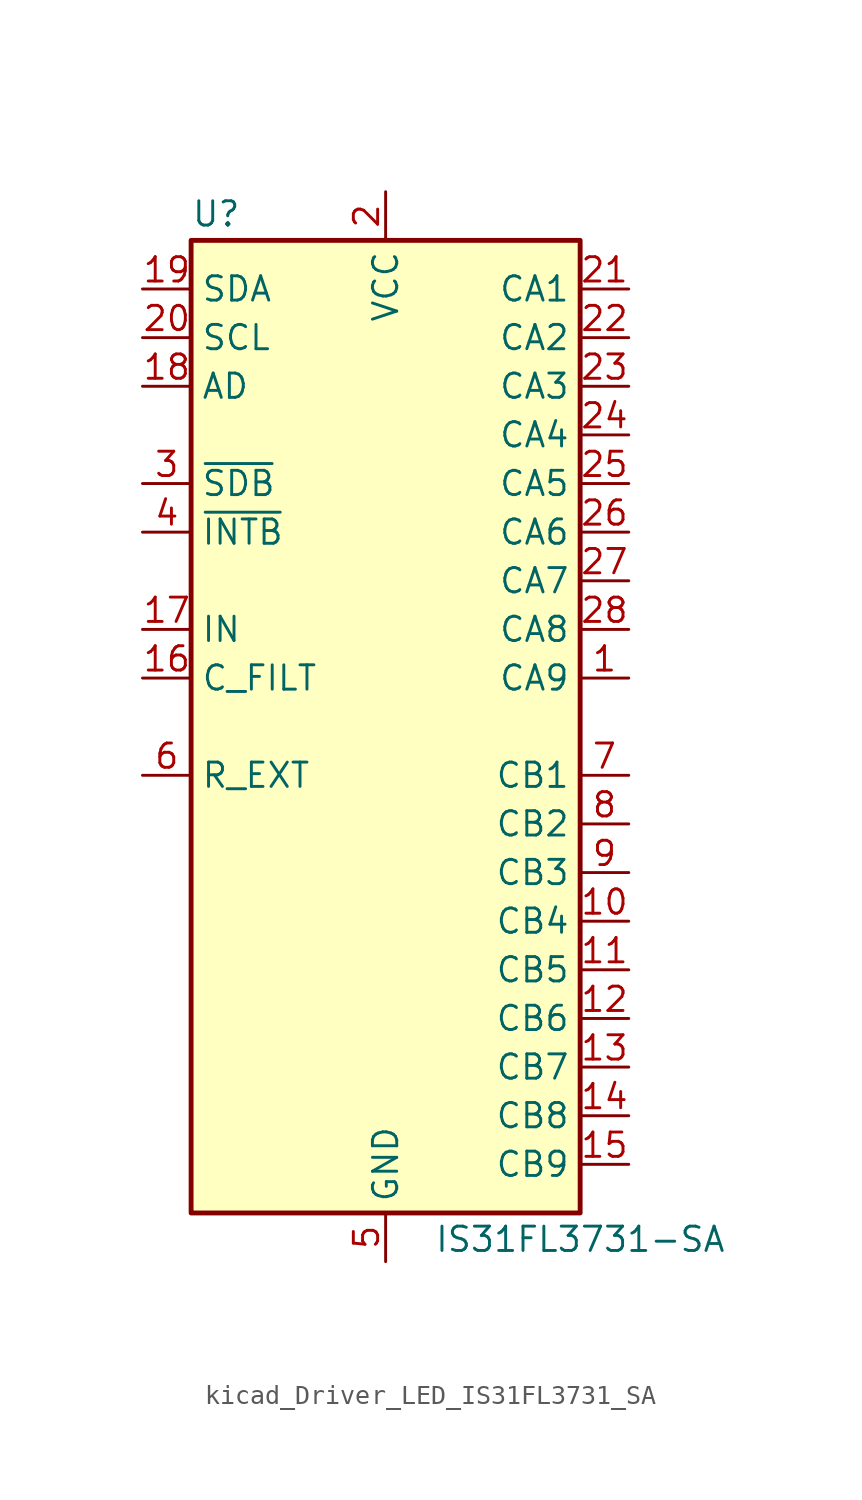
<source format=kicad_sym>
(kicad_symbol_lib
  (version 20220914)
  (generator kicad_symbol_editor)
  (symbol "kicad_Driver_LED_IS31FL3731_SA"
    (property "Reference" "U"
      (at -10.16 26.035 0)
      (effects (font (size 1.27 1.27)) (justify left bottom)))
    (property "Value" "IS31FL3731-SA"
      (at 2.54 -26.035 0)
      (effects (font (size 1.27 1.27)) (justify left top)))
    (symbol "kicad_Driver_LED_IS31FL3731_SA_0_1"
      (rectangle (start -10.16 25.4) (end 10.16 -25.4) (stroke (width 0.254) (type default)) (fill (type background))))
    (symbol "kicad_Driver_LED_IS31FL3731_SA_1_1"
      (pin bidirectional line (at 12.7 2.54 180) (length 2.54) (name "CA9" (effects (font (size 1.27 1.27)))) (number "1" (effects (font (size 1.27 1.27)))))
      (pin bidirectional line (at 12.7 -10.16 180) (length 2.54) (name "CB4" (effects (font (size 1.27 1.27)))) (number "10" (effects (font (size 1.27 1.27)))))
      (pin bidirectional line (at 12.7 -12.7 180) (length 2.54) (name "CB5" (effects (font (size 1.27 1.27)))) (number "11" (effects (font (size 1.27 1.27)))))
      (pin bidirectional line (at 12.7 -15.24 180) (length 2.54) (name "CB6" (effects (font (size 1.27 1.27)))) (number "12" (effects (font (size 1.27 1.27)))))
      (pin bidirectional line (at 12.7 -17.78 180) (length 2.54) (name "CB7" (effects (font (size 1.27 1.27)))) (number "13" (effects (font (size 1.27 1.27)))))
      (pin bidirectional line (at 12.7 -20.32 180) (length 2.54) (name "CB8" (effects (font (size 1.27 1.27)))) (number "14" (effects (font (size 1.27 1.27)))))
      (pin bidirectional line (at 12.7 -22.86 180) (length 2.54) (name "CB9" (effects (font (size 1.27 1.27)))) (number "15" (effects (font (size 1.27 1.27)))))
      (pin passive line (at -12.7 2.54 0) (length 2.54) (name "C_FILT" (effects (font (size 1.27 1.27)))) (number "16" (effects (font (size 1.27 1.27)))))
      (pin input line (at -12.7 5.08 0) (length 2.54) (name "IN" (effects (font (size 1.27 1.27)))) (number "17" (effects (font (size 1.27 1.27)))))
      (pin input line (at -12.7 17.78 0) (length 2.54) (name "AD" (effects (font (size 1.27 1.27)))) (number "18" (effects (font (size 1.27 1.27)))))
      (pin bidirectional line (at -12.7 22.86 0) (length 2.54) (name "SDA" (effects (font (size 1.27 1.27)))) (number "19" (effects (font (size 1.27 1.27)))))
      (pin power_in line (at 0 27.94 270) (length 2.54) (name "VCC" (effects (font (size 1.27 1.27)))) (number "2" (effects (font (size 1.27 1.27)))))
      (pin input line (at -12.7 20.32 0) (length 2.54) (name "SCL" (effects (font (size 1.27 1.27)))) (number "20" (effects (font (size 1.27 1.27)))))
      (pin bidirectional line (at 12.7 22.86 180) (length 2.54) (name "CA1" (effects (font (size 1.27 1.27)))) (number "21" (effects (font (size 1.27 1.27)))))
      (pin bidirectional line (at 12.7 20.32 180) (length 2.54) (name "CA2" (effects (font (size 1.27 1.27)))) (number "22" (effects (font (size 1.27 1.27)))))
      (pin bidirectional line (at 12.7 17.78 180) (length 2.54) (name "CA3" (effects (font (size 1.27 1.27)))) (number "23" (effects (font (size 1.27 1.27)))))
      (pin bidirectional line (at 12.7 15.24 180) (length 2.54) (name "CA4" (effects (font (size 1.27 1.27)))) (number "24" (effects (font (size 1.27 1.27)))))
      (pin bidirectional line (at 12.7 12.7 180) (length 2.54) (name "CA5" (effects (font (size 1.27 1.27)))) (number "25" (effects (font (size 1.27 1.27)))))
      (pin bidirectional line (at 12.7 10.16 180) (length 2.54) (name "CA6" (effects (font (size 1.27 1.27)))) (number "26" (effects (font (size 1.27 1.27)))))
      (pin bidirectional line (at 12.7 7.62 180) (length 2.54) (name "CA7" (effects (font (size 1.27 1.27)))) (number "27" (effects (font (size 1.27 1.27)))))
      (pin bidirectional line (at 12.7 5.08 180) (length 2.54) (name "CA8" (effects (font (size 1.27 1.27)))) (number "28" (effects (font (size 1.27 1.27)))))
      (pin input line (at -12.7 12.7 0) (length 2.54) (name "~{SDB}" (effects (font (size 1.27 1.27)))) (number "3" (effects (font (size 1.27 1.27)))))
      (pin open_collector line (at -12.7 10.16 0) (length 2.54) (name "~{INTB}" (effects (font (size 1.27 1.27)))) (number "4" (effects (font (size 1.27 1.27)))))
      (pin power_in line (at 0 -27.94 90) (length 2.54) (name "GND" (effects (font (size 1.27 1.27)))) (number "5" (effects (font (size 1.27 1.27)))))
      (pin passive line (at -12.7 -2.54 0) (length 2.54) (name "R_EXT" (effects (font (size 1.27 1.27)))) (number "6" (effects (font (size 1.27 1.27)))))
      (pin bidirectional line (at 12.7 -2.54 180) (length 2.54) (name "CB1" (effects (font (size 1.27 1.27)))) (number "7" (effects (font (size 1.27 1.27)))))
      (pin bidirectional line (at 12.7 -5.08 180) (length 2.54) (name "CB2" (effects (font (size 1.27 1.27)))) (number "8" (effects (font (size 1.27 1.27)))))
      (pin bidirectional line (at 12.7 -7.62 180) (length 2.54) (name "CB3" (effects (font (size 1.27 1.27)))) (number "9" (effects (font (size 1.27 1.27))))))))
</source>
